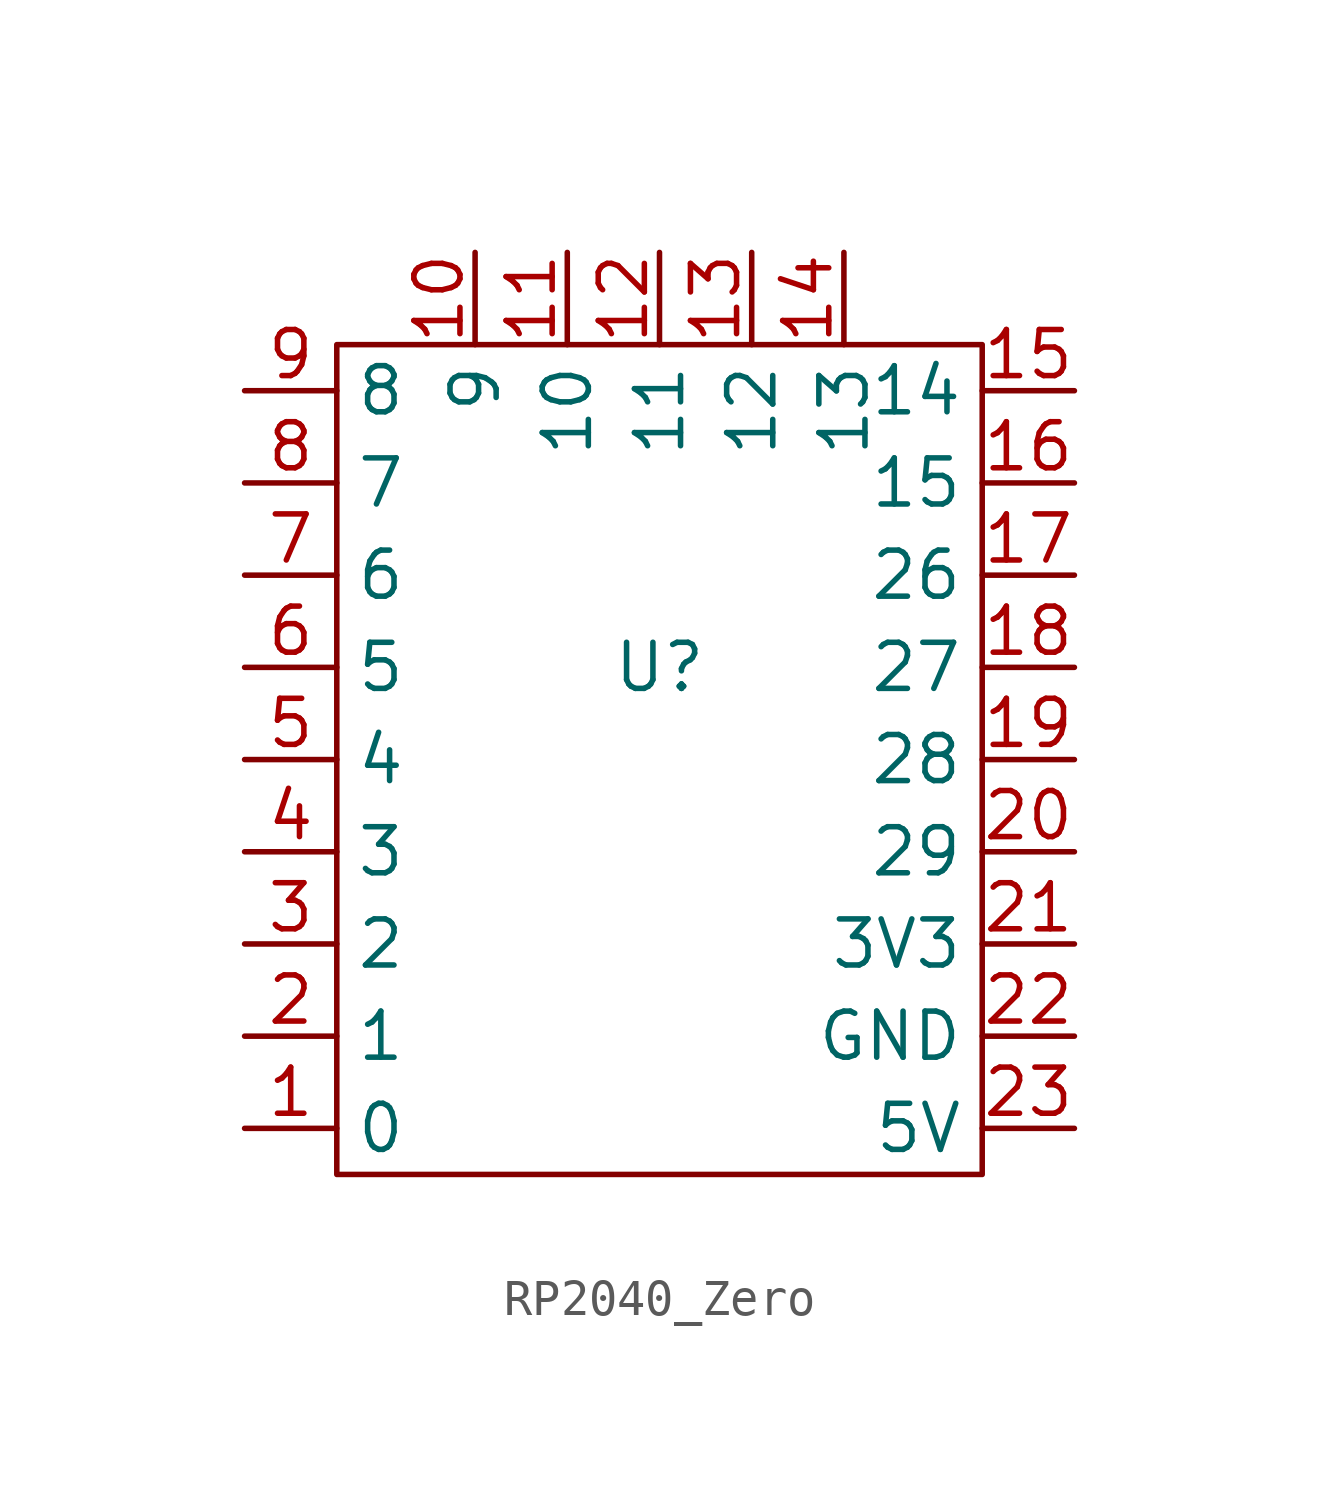
<source format=kicad_sym>
(kicad_symbol_lib
  (version 20231120)
  (generator "kicad_symbol_editor")
  (generator_version "8.0")
  (symbol "RP2040_Zero"
    (property "Reference" "U"
      (at 0 -3.81 0)
      (effects (font (size 1.27 1.27))))
    (property "Value" ""
      (at 0 -1.27 0)
      (effects (font (size 1.27 1.27))))
    (symbol "RP2040_Zero_0_1"
      (rectangle (start -8.89 5.08) (end 8.89 -17.78) (stroke (width 0) (type default)) (fill (type none))))
    (symbol "RP2040_Zero_1_1"
      (pin bidirectional line (at -11.43 -16.51 0) (length 2.54) (name "0" (effects (font (size 1.27 1.27)))) (number "1" (effects (font (size 1.27 1.27)))))
      (pin bidirectional line (at -5.08 7.62 270) (length 2.54) (name "9" (effects (font (size 1.27 1.27)))) (number "10" (effects (font (size 1.27 1.27)))))
      (pin bidirectional line (at -2.54 7.62 270) (length 2.54) (name "10" (effects (font (size 1.27 1.27)))) (number "11" (effects (font (size 1.27 1.27)))))
      (pin bidirectional line (at 0 7.62 270) (length 2.54) (name "11" (effects (font (size 1.27 1.27)))) (number "12" (effects (font (size 1.27 1.27)))))
      (pin bidirectional line (at 2.54 7.62 270) (length 2.54) (name "12" (effects (font (size 1.27 1.27)))) (number "13" (effects (font (size 1.27 1.27)))))
      (pin bidirectional line (at 5.08 7.62 270) (length 2.54) (name "13" (effects (font (size 1.27 1.27)))) (number "14" (effects (font (size 1.27 1.27)))))
      (pin bidirectional line (at 11.43 3.81 180) (length 2.54) (name "14" (effects (font (size 1.27 1.27)))) (number "15" (effects (font (size 1.27 1.27)))))
      (pin bidirectional line (at 11.43 1.27 180) (length 2.54) (name "15" (effects (font (size 1.27 1.27)))) (number "16" (effects (font (size 1.27 1.27)))))
      (pin bidirectional line (at 11.43 -1.27 180) (length 2.54) (name "26" (effects (font (size 1.27 1.27)))) (number "17" (effects (font (size 1.27 1.27)))))
      (pin bidirectional line (at 11.43 -3.81 180) (length 2.54) (name "27" (effects (font (size 1.27 1.27)))) (number "18" (effects (font (size 1.27 1.27)))))
      (pin bidirectional line (at 11.43 -6.35 180) (length 2.54) (name "28" (effects (font (size 1.27 1.27)))) (number "19" (effects (font (size 1.27 1.27)))))
      (pin bidirectional line (at -11.43 -13.97 0) (length 2.54) (name "1" (effects (font (size 1.27 1.27)))) (number "2" (effects (font (size 1.27 1.27)))))
      (pin bidirectional line (at 11.43 -8.89 180) (length 2.54) (name "29" (effects (font (size 1.27 1.27)))) (number "20" (effects (font (size 1.27 1.27)))))
      (pin bidirectional line (at 11.43 -11.43 180) (length 2.54) (name "3V3" (effects (font (size 1.27 1.27)))) (number "21" (effects (font (size 1.27 1.27)))))
      (pin bidirectional line (at 11.43 -13.97 180) (length 2.54) (name "GND" (effects (font (size 1.27 1.27)))) (number "22" (effects (font (size 1.27 1.27)))))
      (pin bidirectional line (at 11.43 -16.51 180) (length 2.54) (name "5V" (effects (font (size 1.27 1.27)))) (number "23" (effects (font (size 1.27 1.27)))))
      (pin bidirectional line (at -11.43 -11.43 0) (length 2.54) (name "2" (effects (font (size 1.27 1.27)))) (number "3" (effects (font (size 1.27 1.27)))))
      (pin bidirectional line (at -11.43 -8.89 0) (length 2.54) (name "3" (effects (font (size 1.27 1.27)))) (number "4" (effects (font (size 1.27 1.27)))))
      (pin bidirectional line (at -11.43 -6.35 0) (length 2.54) (name "4" (effects (font (size 1.27 1.27)))) (number "5" (effects (font (size 1.27 1.27)))))
      (pin bidirectional line (at -11.43 -3.81 0) (length 2.54) (name "5" (effects (font (size 1.27 1.27)))) (number "6" (effects (font (size 1.27 1.27)))))
      (pin bidirectional line (at -11.43 -1.27 0) (length 2.54) (name "6" (effects (font (size 1.27 1.27)))) (number "7" (effects (font (size 1.27 1.27)))))
      (pin bidirectional line (at -11.43 1.27 0) (length 2.54) (name "7" (effects (font (size 1.27 1.27)))) (number "8" (effects (font (size 1.27 1.27)))))
      (pin bidirectional line (at -11.43 3.81 0) (length 2.54) (name "8" (effects (font (size 1.27 1.27)))) (number "9" (effects (font (size 1.27 1.27))))))))
</source>
